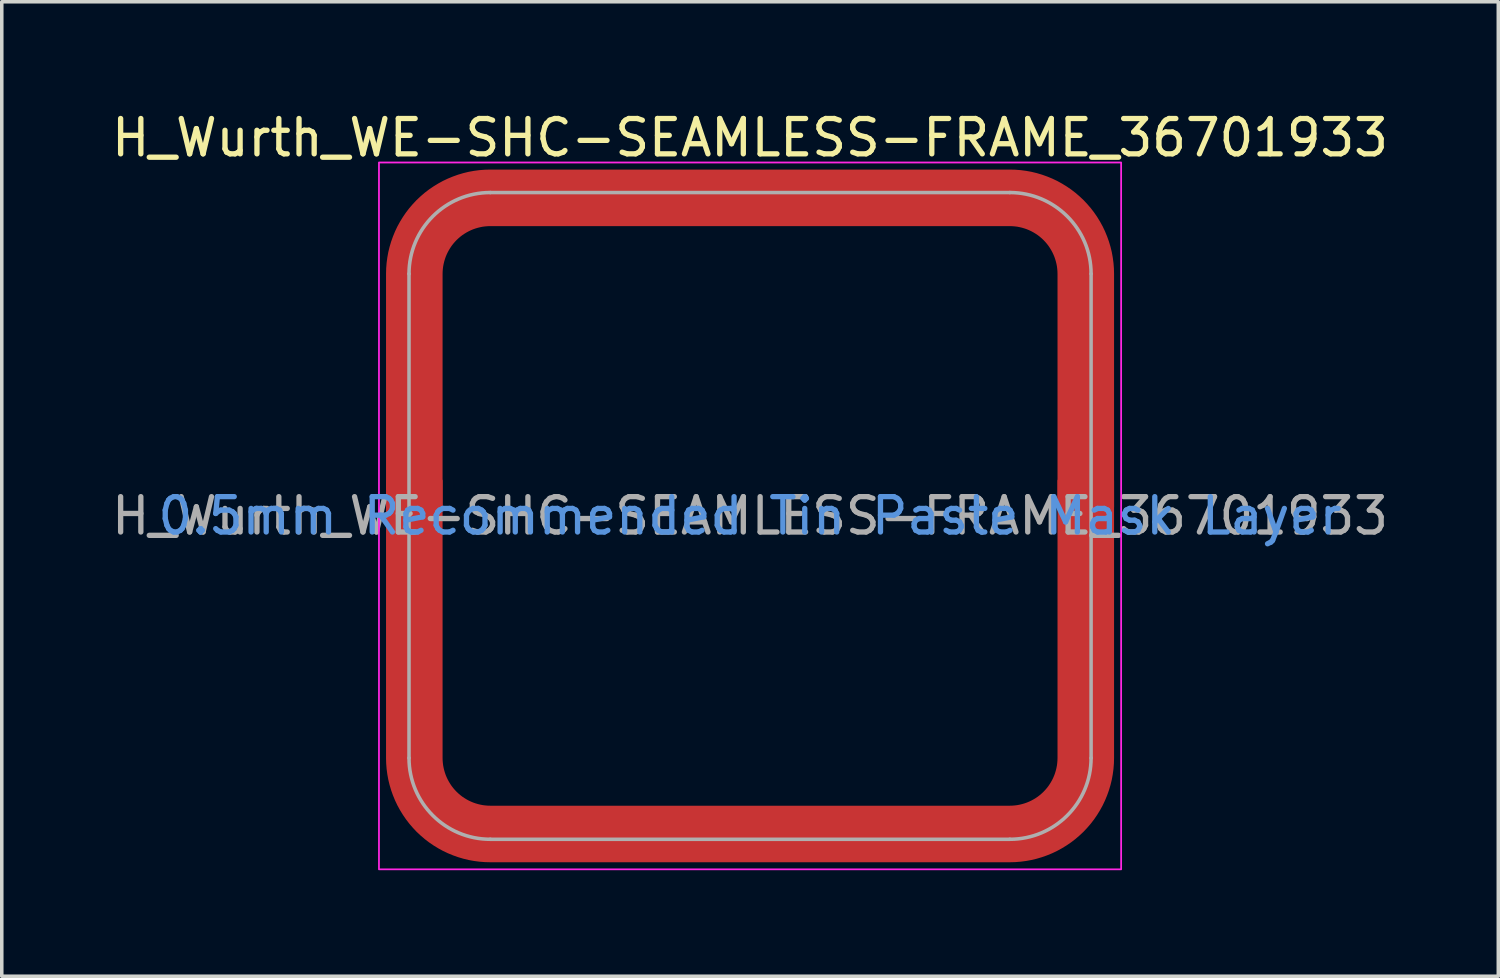
<source format=kicad_pcb>
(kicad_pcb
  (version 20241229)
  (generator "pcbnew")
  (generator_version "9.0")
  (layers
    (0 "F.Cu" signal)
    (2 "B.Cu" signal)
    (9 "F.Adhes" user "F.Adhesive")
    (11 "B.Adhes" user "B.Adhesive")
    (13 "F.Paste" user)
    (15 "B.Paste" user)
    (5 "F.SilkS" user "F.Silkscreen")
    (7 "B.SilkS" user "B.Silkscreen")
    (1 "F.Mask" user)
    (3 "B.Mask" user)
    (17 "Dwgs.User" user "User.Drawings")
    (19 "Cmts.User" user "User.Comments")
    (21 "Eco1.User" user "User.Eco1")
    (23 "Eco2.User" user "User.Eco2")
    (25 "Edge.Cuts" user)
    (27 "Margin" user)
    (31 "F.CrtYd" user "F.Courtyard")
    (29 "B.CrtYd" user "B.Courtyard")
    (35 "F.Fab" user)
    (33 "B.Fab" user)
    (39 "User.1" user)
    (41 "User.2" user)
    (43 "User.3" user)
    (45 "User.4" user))
  (footprint "H_Wurth_WE-SHC-SEAMLESS-FRAME_36701933"
    (layer "F.Cu")
    (at 18.173 11.548)
    (property "Reference" "H_Wurth_WE-SHC-SEAMLESS-FRAME_36701933" (at 0 -10.7 0) (unlocked yes) (layer "F.SilkS") (effects (font (size 1 1) (thickness 0.15))))
    (attr smd)
    (fp_poly (pts (xy -8.75 -0.25) (xy -10.25 -0.25) (xy -10.25 -6.85) (xy -10.246 -7.002) (xy -10.234 -7.153) (xy -10.214 -7.304) (xy -10.187 -7.453) (xy -10.151 -7.601) (xy -10.108 -7.746) (xy -10.057 -7.889) (xy -9.999 -8.03) (xy -9.934 -8.167) (xy -9.861 -8.3) (xy -9.782 -8.429) (xy -9.696 -8.555) (xy -9.604 -8.675) (xy -9.505 -8.79) (xy -9.401 -8.901) (xy -9.29 -9.005) (xy -9.175 -9.104) (xy -9.055 -9.196) (xy -8.929 -9.282) (xy -8.8 -9.361) (xy -8.667 -9.434) (xy -8.53 -9.499) (xy -8.389 -9.557) (xy -8.246 -9.608) (xy -8.101 -9.651) (xy -7.953 -9.687) (xy -7.804 -9.714) (xy -7.653 -9.734) (xy -7.502 -9.746) (xy -7.35 -9.75) (xy 7.35 -9.75) (xy 7.502 -9.746) (xy 7.653 -9.734) (xy 7.804 -9.714) (xy 7.953 -9.687) (xy 8.101 -9.651) (xy 8.246 -9.608) (xy 8.389 -9.557) (xy 8.53 -9.499) (xy 8.667 -9.434) (xy 8.8 -9.361) (xy 8.929 -9.282) (xy 9.055 -9.196) (xy 9.175 -9.104) (xy 9.29 -9.005) (xy 9.401 -8.901) (xy 9.505 -8.79) (xy 9.604 -8.675) (xy 9.696 -8.555) (xy 9.782 -8.429) (xy 9.861 -8.3) (xy 9.934 -8.167) (xy 9.999 -8.03) (xy 10.057 -7.889) (xy 10.108 -7.746) (xy 10.151 -7.601) (xy 10.187 -7.453) (xy 10.214 -7.304) (xy 10.234 -7.153) (xy 10.246 -7.002) (xy 10.25 -6.85) (xy 10.25 -0.25) (xy 8.75 -0.25) (xy 8.75 -6.85) (xy 8.748 -6.923) (xy 8.742 -6.996) (xy 8.733 -7.069) (xy 8.719 -7.141) (xy 8.702 -7.212) (xy 8.681 -7.283) (xy 8.657 -7.352) (xy 8.629 -7.419) (xy 8.597 -7.486) (xy 8.562 -7.55) (xy 8.524 -7.612) (xy 8.483 -7.673) (xy 8.438 -7.731) (xy 8.39 -7.787) (xy 8.34 -7.84) (xy 8.287 -7.89) (xy 8.231 -7.938) (xy 8.173 -7.983) (xy 8.112 -8.024) (xy 8.05 -8.062) (xy 7.986 -8.097) (xy 7.919 -8.129) (xy 7.852 -8.157) (xy 7.783 -8.181) (xy 7.712 -8.202) (xy 7.641 -8.219) (xy 7.569 -8.233) (xy 7.496 -8.242) (xy 7.423 -8.248) (xy 7.35 -8.25) (xy -7.35 -8.25) (xy -7.423 -8.248) (xy -7.496 -8.242) (xy -7.569 -8.233) (xy -7.641 -8.219) (xy -7.712 -8.202) (xy -7.783 -8.181) (xy -7.852 -8.157) (xy -7.919 -8.129) (xy -7.986 -8.097) (xy -8.05 -8.062) (xy -8.112 -8.024) (xy -8.173 -7.983) (xy -8.231 -7.938) (xy -8.287 -7.89) (xy -8.34 -7.84) (xy -8.39 -7.787) (xy -8.438 -7.731) (xy -8.483 -7.673) (xy -8.524 -7.612) (xy -8.562 -7.55) (xy -8.597 -7.486) (xy -8.629 -7.419) (xy -8.657 -7.352) (xy -8.681 -7.283) (xy -8.702 -7.212) (xy -8.719 -7.141) (xy -8.733 -7.069) (xy -8.742 -6.996) (xy -8.748 -6.923) (xy -8.75 -6.85) (xy -8.75 -0.25)) (stroke (width 0.1) (type solid)) (fill yes) (layer "F.Cu"))
    (fp_poly (pts (xy -8.75 -0.25) (xy -10.25 -0.25) (xy -10.25 -6.85) (xy -10.246 -7.002) (xy -10.234 -7.153) (xy -10.214 -7.304) (xy -10.187 -7.453) (xy -10.151 -7.601) (xy -10.108 -7.746) (xy -10.057 -7.889) (xy -9.999 -8.03) (xy -9.934 -8.167) (xy -9.861 -8.3) (xy -9.782 -8.429) (xy -9.696 -8.555) (xy -9.604 -8.675) (xy -9.505 -8.79) (xy -9.401 -8.901) (xy -9.29 -9.005) (xy -9.175 -9.104) (xy -9.055 -9.196) (xy -8.929 -9.282) (xy -8.8 -9.361) (xy -8.667 -9.434) (xy -8.53 -9.499) (xy -8.389 -9.557) (xy -8.246 -9.608) (xy -8.101 -9.651) (xy -7.953 -9.687) (xy -7.804 -9.714) (xy -7.653 -9.734) (xy -7.502 -9.746) (xy -7.35 -9.75) (xy 7.35 -9.75) (xy 7.502 -9.746) (xy 7.653 -9.734) (xy 7.804 -9.714) (xy 7.953 -9.687) (xy 8.101 -9.651) (xy 8.246 -9.608) (xy 8.389 -9.557) (xy 8.53 -9.499) (xy 8.667 -9.434) (xy 8.8 -9.361) (xy 8.929 -9.282) (xy 9.055 -9.196) (xy 9.175 -9.104) (xy 9.29 -9.005) (xy 9.401 -8.901) (xy 9.505 -8.79) (xy 9.604 -8.675) (xy 9.696 -8.555) (xy 9.782 -8.429) (xy 9.861 -8.3) (xy 9.934 -8.167) (xy 9.999 -8.03) (xy 10.057 -7.889) (xy 10.108 -7.746) (xy 10.151 -7.601) (xy 10.187 -7.453) (xy 10.214 -7.304) (xy 10.234 -7.153) (xy 10.246 -7.002) (xy 10.25 -6.85) (xy 10.25 -0.25) (xy 8.75 -0.25) (xy 8.75 -6.85) (xy 8.748 -6.923) (xy 8.742 -6.996) (xy 8.733 -7.069) (xy 8.719 -7.141) (xy 8.702 -7.212) (xy 8.681 -7.283) (xy 8.657 -7.352) (xy 8.629 -7.419) (xy 8.597 -7.486) (xy 8.562 -7.55) (xy 8.524 -7.612) (xy 8.483 -7.673) (xy 8.438 -7.731) (xy 8.39 -7.787) (xy 8.34 -7.84) (xy 8.287 -7.89) (xy 8.231 -7.938) (xy 8.173 -7.983) (xy 8.112 -8.024) (xy 8.05 -8.062) (xy 7.986 -8.097) (xy 7.919 -8.129) (xy 7.852 -8.157) (xy 7.783 -8.181) (xy 7.712 -8.202) (xy 7.641 -8.219) (xy 7.569 -8.233) (xy 7.496 -8.242) (xy 7.423 -8.248) (xy 7.35 -8.25) (xy -7.35 -8.25) (xy -7.423 -8.248) (xy -7.496 -8.242) (xy -7.569 -8.233) (xy -7.641 -8.219) (xy -7.712 -8.202) (xy -7.783 -8.181) (xy -7.852 -8.157) (xy -7.919 -8.129) (xy -7.986 -8.097) (xy -8.05 -8.062) (xy -8.112 -8.024) (xy -8.173 -7.983) (xy -8.231 -7.938) (xy -8.287 -7.89) (xy -8.34 -7.84) (xy -8.39 -7.787) (xy -8.438 -7.731) (xy -8.483 -7.673) (xy -8.524 -7.612) (xy -8.562 -7.55) (xy -8.597 -7.486) (xy -8.629 -7.419) (xy -8.657 -7.352) (xy -8.681 -7.283) (xy -8.702 -7.212) (xy -8.719 -7.141) (xy -8.733 -7.069) (xy -8.742 -6.996) (xy -8.748 -6.923) (xy -8.75 -6.85) (xy -8.75 -0.25)) (stroke (width 0.1) (type solid)) (fill yes) (layer "F.Mask"))
    (fp_poly (pts (xy -8.75 -0.25) (xy -10.25 -0.25) (xy -10.25 -6.85) (xy -10.246 -7.002) (xy -10.234 -7.153) (xy -10.214 -7.304) (xy -10.187 -7.453) (xy -10.151 -7.601) (xy -10.108 -7.746) (xy -10.057 -7.889) (xy -9.999 -8.03) (xy -9.934 -8.167) (xy -9.861 -8.3) (xy -9.782 -8.429) (xy -9.696 -8.555) (xy -9.604 -8.675) (xy -9.505 -8.79) (xy -9.401 -8.901) (xy -9.29 -9.005) (xy -9.175 -9.104) (xy -9.055 -9.196) (xy -8.929 -9.282) (xy -8.8 -9.361) (xy -8.667 -9.434) (xy -8.53 -9.499) (xy -8.389 -9.557) (xy -8.246 -9.608) (xy -8.101 -9.651) (xy -7.953 -9.687) (xy -7.804 -9.714) (xy -7.653 -9.734) (xy -7.502 -9.746) (xy -7.35 -9.75) (xy 7.35 -9.75) (xy 7.502 -9.746) (xy 7.653 -9.734) (xy 7.804 -9.714) (xy 7.953 -9.687) (xy 8.101 -9.651) (xy 8.246 -9.608) (xy 8.389 -9.557) (xy 8.53 -9.499) (xy 8.667 -9.434) (xy 8.8 -9.361) (xy 8.929 -9.282) (xy 9.055 -9.196) (xy 9.175 -9.104) (xy 9.29 -9.005) (xy 9.401 -8.901) (xy 9.505 -8.79) (xy 9.604 -8.675) (xy 9.696 -8.555) (xy 9.782 -8.429) (xy 9.861 -8.3) (xy 9.934 -8.167) (xy 9.999 -8.03) (xy 10.057 -7.889) (xy 10.108 -7.746) (xy 10.151 -7.601) (xy 10.187 -7.453) (xy 10.214 -7.304) (xy 10.234 -7.153) (xy 10.246 -7.002) (xy 10.25 -6.85) (xy 10.25 -0.25) (xy 8.75 -0.25) (xy 8.75 -6.85) (xy 8.748 -6.923) (xy 8.742 -6.996) (xy 8.733 -7.069) (xy 8.719 -7.141) (xy 8.702 -7.212) (xy 8.681 -7.283) (xy 8.657 -7.352) (xy 8.629 -7.419) (xy 8.597 -7.486) (xy 8.562 -7.55) (xy 8.524 -7.612) (xy 8.483 -7.673) (xy 8.438 -7.731) (xy 8.39 -7.787) (xy 8.34 -7.84) (xy 8.287 -7.89) (xy 8.231 -7.938) (xy 8.173 -7.983) (xy 8.112 -8.024) (xy 8.05 -8.062) (xy 7.986 -8.097) (xy 7.919 -8.129) (xy 7.852 -8.157) (xy 7.783 -8.181) (xy 7.712 -8.202) (xy 7.641 -8.219) (xy 7.569 -8.233) (xy 7.496 -8.242) (xy 7.423 -8.248) (xy 7.35 -8.25) (xy -7.35 -8.25) (xy -7.423 -8.248) (xy -7.496 -8.242) (xy -7.569 -8.233) (xy -7.641 -8.219) (xy -7.712 -8.202) (xy -7.783 -8.181) (xy -7.852 -8.157) (xy -7.919 -8.129) (xy -7.986 -8.097) (xy -8.05 -8.062) (xy -8.112 -8.024) (xy -8.173 -7.983) (xy -8.231 -7.938) (xy -8.287 -7.89) (xy -8.34 -7.84) (xy -8.39 -7.787) (xy -8.438 -7.731) (xy -8.483 -7.673) (xy -8.524 -7.612) (xy -8.562 -7.55) (xy -8.597 -7.486) (xy -8.629 -7.419) (xy -8.657 -7.352) (xy -8.681 -7.283) (xy -8.702 -7.212) (xy -8.719 -7.141) (xy -8.733 -7.069) (xy -8.742 -6.996) (xy -8.748 -6.923) (xy -8.75 -6.85) (xy -8.75 -0.25)) (stroke (width 0.1) (type solid)) (fill yes) (layer "F.Paste"))
    (fp_rect (start -10.5 -10) (end 10.5 10) (stroke (width 0.05) (type solid)) (fill no) (layer "F.CrtYd"))
    (fp_line (start -9.65 6.85) (end -9.65 -6.85) (stroke (width 0.1) (type solid)) (layer "F.Fab"))
    (fp_line (start -7.35 -9.15) (end 7.35 -9.15) (stroke (width 0.1) (type solid)) (layer "F.Fab"))
    (fp_line (start -7.35 9.15) (end 7.35 9.15) (stroke (width 0.1) (type solid)) (layer "F.Fab"))
    (fp_line (start 9.65 6.85) (end 9.65 -6.85) (stroke (width 0.1) (type solid)) (layer "F.Fab"))
    (fp_arc (start -9.65 -6.85) (mid -8.976346 -8.476346) (end -7.35 -9.15) (stroke (width 0.1) (type solid)) (layer "F.Fab"))
    (fp_arc (start -7.35 9.15) (mid -8.976346 8.476346) (end -9.65 6.85) (stroke (width 0.1) (type solid)) (layer "F.Fab"))
    (fp_arc (start 7.35 -9.15) (mid 8.976346 -8.476346) (end 9.65 -6.85) (stroke (width 0.1) (type solid)) (layer "F.Fab"))
    (fp_arc (start 9.65 6.85) (mid 8.976346 8.476346) (end 7.35 9.15) (stroke (width 0.1) (type solid)) (layer "F.Fab"))
    (fp_text user "0.5mm Recommended Tin Paste Mask Layer" (at 0 0 0) (unlocked yes) (layer "Cmts.User") (effects (font (size 1 1) (thickness 0.15))))
    (fp_text user "${REFERENCE}" (at 0 0 0) (unlocked yes) (layer "F.Fab") (effects (font (size 1 1) (thickness 0.15))))
    (pad "1" smd custom (at 9.5 0) (size 1.5 13.7) (layers "F.Cu" "F.Mask" "F.Paste") (options (anchor rect)) (primitives (gr_poly (pts (xy -0.75 -1) (xy 0.75 -1) (xy 0.75 6.85) (xy 0.746 7.002) (xy 0.734 7.153) (xy 0.714 7.304) (xy 0.687 7.453) (xy 0.651 7.601) (xy 0.608 7.746) (xy 0.557 7.889) (xy 0.499 8.03) (xy 0.434 8.167) (xy 0.361 8.3) (xy 0.282 8.429) (xy 0.196 8.555) (xy 0.104 8.675) (xy 0.005 8.79) (xy -0.099 8.901) (xy -0.21 9.005) (xy -0.325 9.104) (xy -0.445 9.196) (xy -0.571 9.282) (xy -0.7 9.361) (xy -0.833 9.434) (xy -0.97 9.499) (xy -1.111 9.557) (xy -1.254 9.608) (xy -1.399 9.651) (xy -1.547 9.687) (xy -1.696 9.714) (xy -1.847 9.734) (xy -1.998 9.746) (xy -2.15 9.75) (xy -16.85 9.75) (xy -17.002 9.746) (xy -17.153 9.734) (xy -17.304 9.714) (xy -17.453 9.687) (xy -17.601 9.651) (xy -17.746 9.608) (xy -17.889 9.557) (xy -18.03 9.499) (xy -18.167 9.434) (xy -18.3 9.361) (xy -18.429 9.282) (xy -18.555 9.196) (xy -18.675 9.104) (xy -18.79 9.005) (xy -18.901 8.901) (xy -19.005 8.79) (xy -19.104 8.675) (xy -19.196 8.555) (xy -19.282 8.429) (xy -19.361 8.3) (xy -19.434 8.167) (xy -19.499 8.03) (xy -19.557 7.889) (xy -19.608 7.746) (xy -19.651 7.601) (xy -19.687 7.453) (xy -19.714 7.304) (xy -19.734 7.153) (xy -19.746 7.002) (xy -19.75 6.85) (xy -19.75 -1) (xy -18.25 -1) (xy -18.25 6.85) (xy -18.248 6.923) (xy -18.242 6.996) (xy -18.233 7.069) (xy -18.219 7.141) (xy -18.202 7.212) (xy -18.181 7.283) (xy -18.157 7.352) (xy -18.129 7.419) (xy -18.097 7.486) (xy -18.062 7.55) (xy -18.024 7.612) (xy -17.983 7.673) (xy -17.938 7.731) (xy -17.89 7.787) (xy -17.84 7.84) (xy -17.787 7.89) (xy -17.731 7.938) (xy -17.673 7.983) (xy -17.612 8.024) (xy -17.55 8.062) (xy -17.486 8.097) (xy -17.419 8.129) (xy -17.352 8.157) (xy -17.283 8.181) (xy -17.212 8.202) (xy -17.141 8.219) (xy -17.069 8.233) (xy -16.996 8.242) (xy -16.923 8.248) (xy -16.85 8.25) (xy -2.15 8.25) (xy -2.077 8.248) (xy -2.004 8.242) (xy -1.931 8.233) (xy -1.859 8.219) (xy -1.788 8.202) (xy -1.717 8.181) (xy -1.648 8.157) (xy -1.581 8.129) (xy -1.514 8.097) (xy -1.45 8.062) (xy -1.388 8.024) (xy -1.327 7.983) (xy -1.269 7.938) (xy -1.213 7.89) (xy -1.16 7.84) (xy -1.11 7.787) (xy -1.062 7.731) (xy -1.017 7.673) (xy -0.976 7.612) (xy -0.938 7.55) (xy -0.903 7.486) (xy -0.871 7.419) (xy -0.843 7.352) (xy -0.819 7.283) (xy -0.798 7.212) (xy -0.781 7.141) (xy -0.767 7.069) (xy -0.758 6.996) (xy -0.752 6.923) (xy -0.75 6.85) (xy -0.75 -1)) (width 0.1) (fill yes)))))
  (gr_rect
    (start -3 -3)
    (end 39.345 24.573)
    (stroke (width 0.1) (type default))
    (fill no)
    (layer "Edge.Cuts")))
</source>
